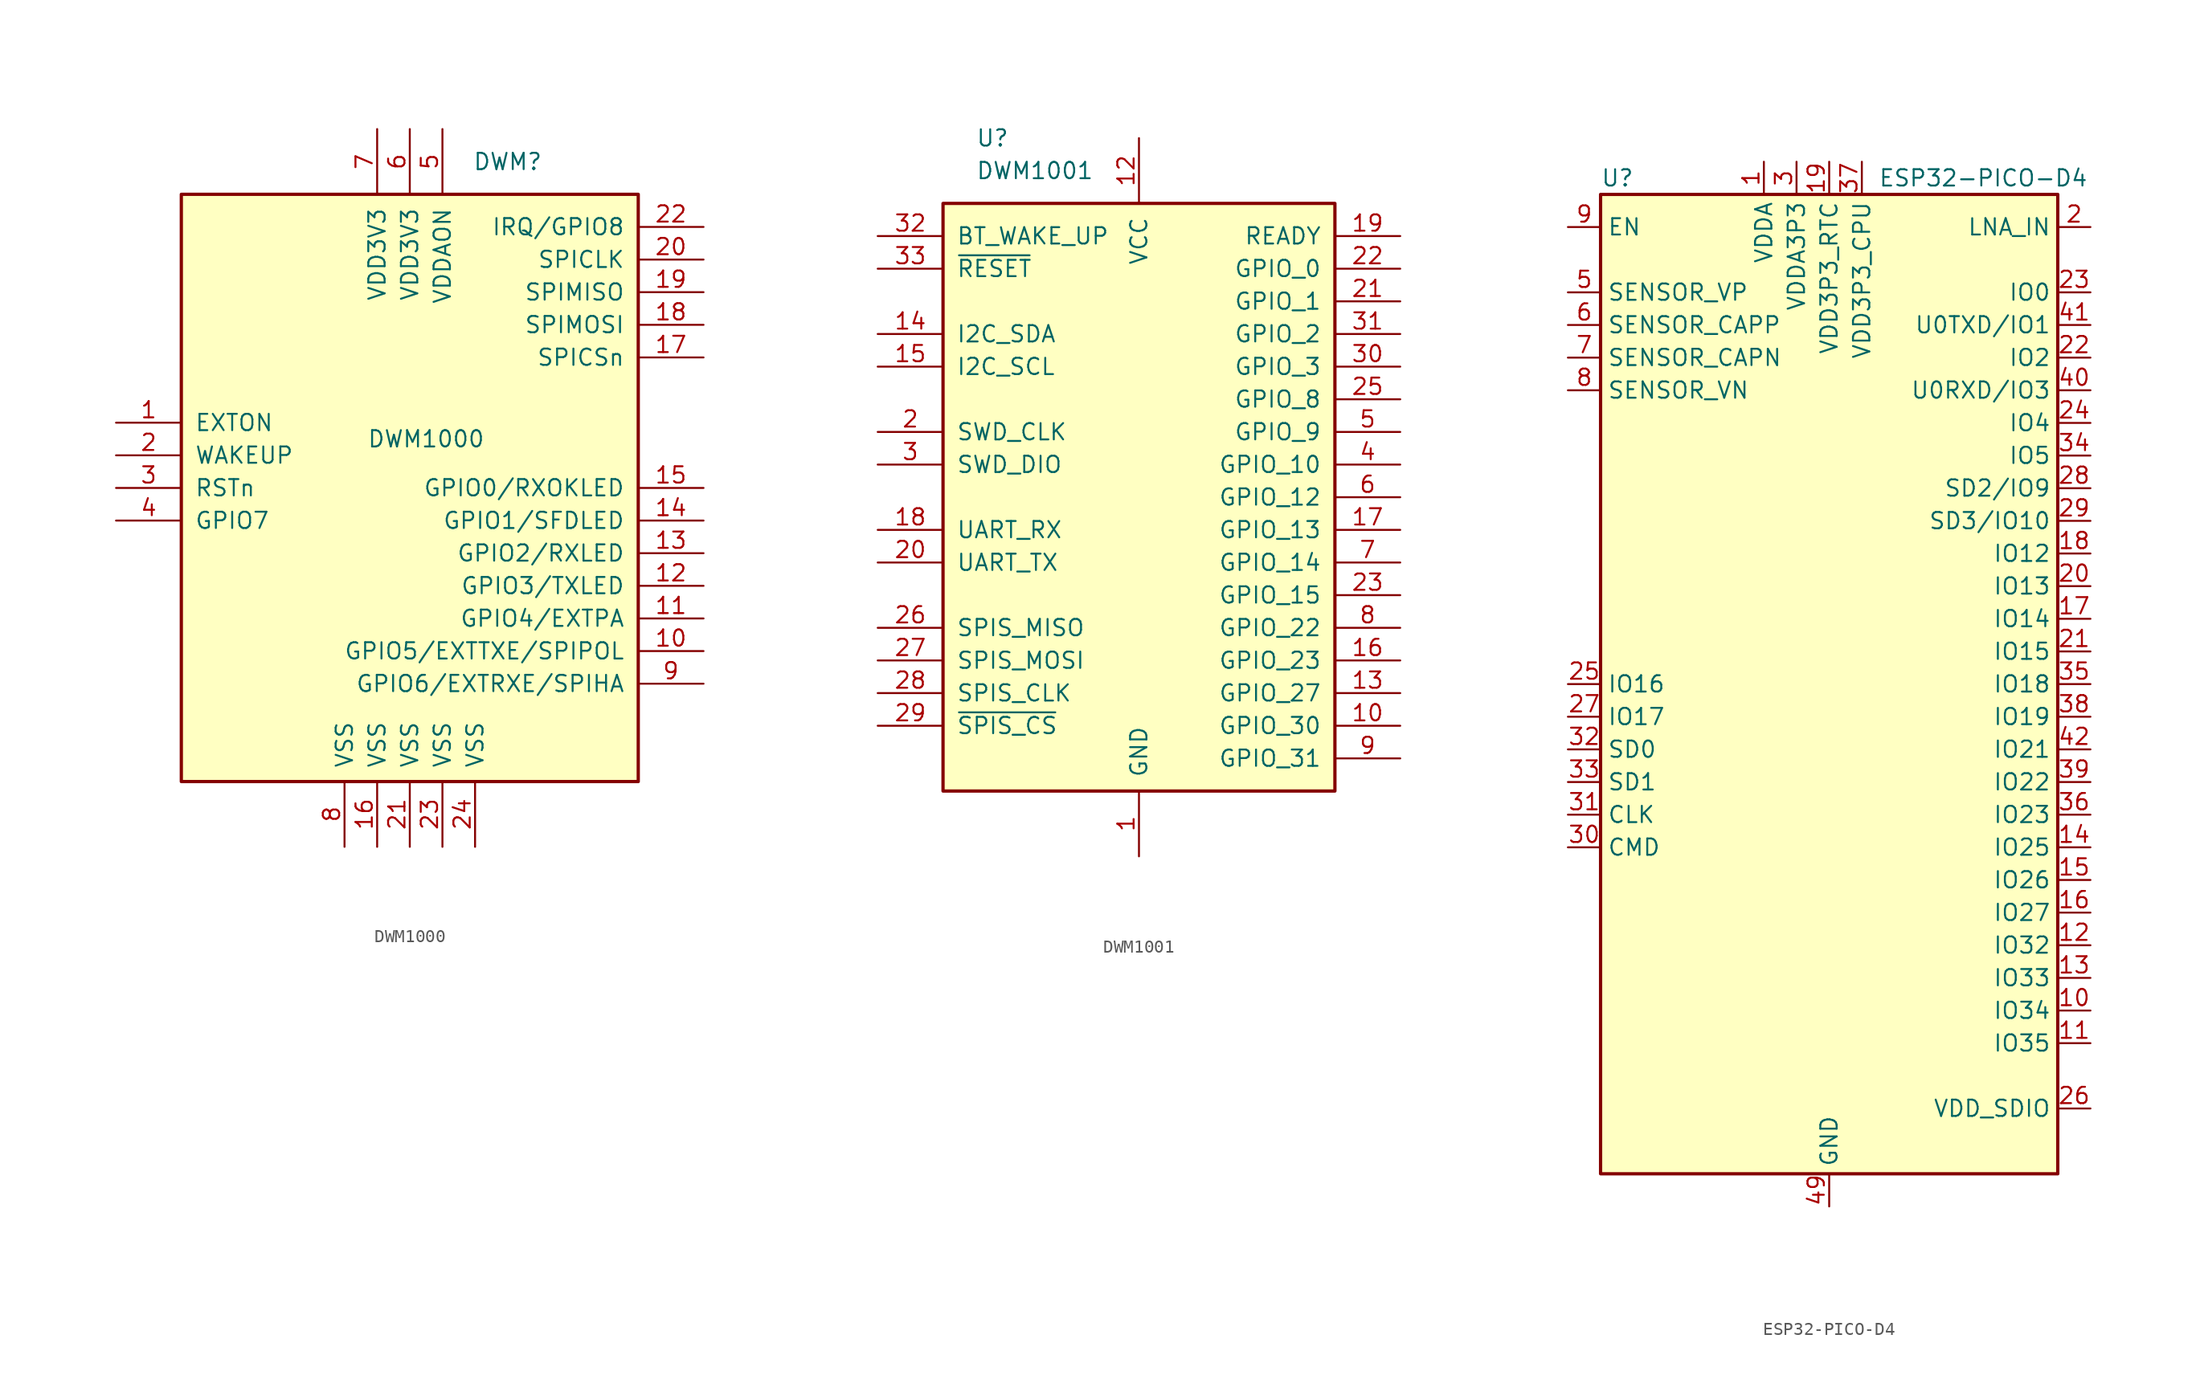
<source format=kicad_sym>
(kicad_symbol_lib
  (version 20201005)
  (generator kicad_symbol_editor)
  (symbol "DWM1000"
    (pin_names
      (offset 1.016))
    (property "Reference" "DWM"
      (at 7.62 25.4 0)
      (effects (font (size 1.27 1.27))))
    (property "Value" "DWM1000"
      (at 1.27 3.81 0)
      (effects (font (size 1.27 1.27))))
    (symbol "DWM1000_0_1"
      (rectangle (start 17.78 22.86) (end -17.78 -22.86) (stroke (width 0.254)) (fill (type background))))
    (symbol "DWM1000_1_1"
      (pin output line (at -22.86 5.08 0) (length 5.08) (name "EXTON" (effects (font (size 1.27 1.27)))) (number "1" (effects (font (size 1.27 1.27)))))
      (pin bidirectional line (at 22.86 -12.7 180) (length 5.08) (name "GPIO5/EXTTXE/SPIPOL" (effects (font (size 1.27 1.27)))) (number "10" (effects (font (size 1.27 1.27)))))
      (pin bidirectional line (at 22.86 -10.16 180) (length 5.08) (name "GPIO4/EXTPA" (effects (font (size 1.27 1.27)))) (number "11" (effects (font (size 1.27 1.27)))))
      (pin bidirectional line (at 22.86 -7.62 180) (length 5.08) (name "GPIO3/TXLED" (effects (font (size 1.27 1.27)))) (number "12" (effects (font (size 1.27 1.27)))))
      (pin bidirectional line (at 22.86 -5.08 180) (length 5.08) (name "GPIO2/RXLED" (effects (font (size 1.27 1.27)))) (number "13" (effects (font (size 1.27 1.27)))))
      (pin bidirectional line (at 22.86 -2.54 180) (length 5.08) (name "GPIO1/SFDLED" (effects (font (size 1.27 1.27)))) (number "14" (effects (font (size 1.27 1.27)))))
      (pin bidirectional line (at 22.86 0 180) (length 5.08) (name "GPIO0/RXOKLED" (effects (font (size 1.27 1.27)))) (number "15" (effects (font (size 1.27 1.27)))))
      (pin power_in line (at -2.54 -27.94 90) (length 5.08) (name "VSS" (effects (font (size 1.27 1.27)))) (number "16" (effects (font (size 1.27 1.27)))))
      (pin input line (at 22.86 10.16 180) (length 5.08) (name "SPICSn" (effects (font (size 1.27 1.27)))) (number "17" (effects (font (size 1.27 1.27)))))
      (pin input line (at 22.86 12.7 180) (length 5.08) (name "SPIMOSI" (effects (font (size 1.27 1.27)))) (number "18" (effects (font (size 1.27 1.27)))))
      (pin output line (at 22.86 15.24 180) (length 5.08) (name "SPIMISO" (effects (font (size 1.27 1.27)))) (number "19" (effects (font (size 1.27 1.27)))))
      (pin bidirectional line (at -22.86 2.54 0) (length 5.08) (name "WAKEUP" (effects (font (size 1.27 1.27)))) (number "2" (effects (font (size 1.27 1.27)))))
      (pin input line (at 22.86 17.78 180) (length 5.08) (name "SPICLK" (effects (font (size 1.27 1.27)))) (number "20" (effects (font (size 1.27 1.27)))))
      (pin power_in line (at 0 -27.94 90) (length 5.08) (name "VSS" (effects (font (size 1.27 1.27)))) (number "21" (effects (font (size 1.27 1.27)))))
      (pin bidirectional line (at 22.86 20.32 180) (length 5.08) (name "IRQ/GPIO8" (effects (font (size 1.27 1.27)))) (number "22" (effects (font (size 1.27 1.27)))))
      (pin power_in line (at 2.54 -27.94 90) (length 5.08) (name "VSS" (effects (font (size 1.27 1.27)))) (number "23" (effects (font (size 1.27 1.27)))))
      (pin power_in line (at 5.08 -27.94 90) (length 5.08) (name "VSS" (effects (font (size 1.27 1.27)))) (number "24" (effects (font (size 1.27 1.27)))))
      (pin bidirectional line (at -22.86 0 0) (length 5.08) (name "RSTn" (effects (font (size 1.27 1.27)))) (number "3" (effects (font (size 1.27 1.27)))))
      (pin bidirectional line (at -22.86 -2.54 0) (length 5.08) (name "GPIO7" (effects (font (size 1.27 1.27)))) (number "4" (effects (font (size 1.27 1.27)))))
      (pin power_in line (at 2.54 27.94 270) (length 5.08) (name "VDDAON" (effects (font (size 1.27 1.27)))) (number "5" (effects (font (size 1.27 1.27)))))
      (pin power_in line (at 0 27.94 270) (length 5.08) (name "VDD3V3" (effects (font (size 1.27 1.27)))) (number "6" (effects (font (size 1.27 1.27)))))
      (pin power_in line (at -2.54 27.94 270) (length 5.08) (name "VDD3V3" (effects (font (size 1.27 1.27)))) (number "7" (effects (font (size 1.27 1.27)))))
      (pin power_in line (at -5.08 -27.94 90) (length 5.08) (name "VSS" (effects (font (size 1.27 1.27)))) (number "8" (effects (font (size 1.27 1.27)))))
      (pin bidirectional line (at 22.86 -15.24 180) (length 5.08) (name "GPIO6/EXTRXE/SPIHA" (effects (font (size 1.27 1.27)))) (number "9" (effects (font (size 1.27 1.27)))))))
  (symbol "DWM1001"
    (pin_names
      (offset 1.016))
    (property "Reference" "U"
      (at -12.7 27.94 0)
      (effects (font (size 1.27 1.27)) (justify left)))
    (property "Value" "DWM1001"
      (at -12.7 25.4 0)
      (effects (font (size 1.27 1.27)) (justify left)))
    (symbol "DWM1001_0_1"
      (rectangle (start 15.24 22.86) (end -15.24 -22.86) (stroke (width 0.254)) (fill (type background))))
    (symbol "DWM1001_1_1"
      (pin power_in line (at 0 -27.94 90) (length 5.08) (name "GND" (effects (font (size 1.27 1.27)))) (number "1" (effects (font (size 1.27 1.27)))))
      (pin bidirectional line (at 20.32 -17.78 180) (length 5.08) (name "GPIO_30" (effects (font (size 1.27 1.27)))) (number "10" (effects (font (size 1.27 1.27)))))
      (pin passive line (at 0 -27.94 90) (length 5.08) hide (name "GND" (effects (font (size 1.27 1.27)))) (number "11" (effects (font (size 1.27 1.27)))))
      (pin power_in line (at 0 27.94 270) (length 5.08) (name "VCC" (effects (font (size 1.27 1.27)))) (number "12" (effects (font (size 1.27 1.27)))))
      (pin bidirectional line (at 20.32 -15.24 180) (length 5.08) (name "GPIO_27" (effects (font (size 1.27 1.27)))) (number "13" (effects (font (size 1.27 1.27)))))
      (pin bidirectional line (at -20.32 12.7 0) (length 5.08) (name "I2C_SDA" (effects (font (size 1.27 1.27)))) (number "14" (effects (font (size 1.27 1.27)))))
      (pin output line (at -20.32 10.16 0) (length 5.08) (name "I2C_SCL" (effects (font (size 1.27 1.27)))) (number "15" (effects (font (size 1.27 1.27)))))
      (pin bidirectional line (at 20.32 -12.7 180) (length 5.08) (name "GPIO_23" (effects (font (size 1.27 1.27)))) (number "16" (effects (font (size 1.27 1.27)))))
      (pin bidirectional line (at 20.32 -2.54 180) (length 5.08) (name "GPIO_13" (effects (font (size 1.27 1.27)))) (number "17" (effects (font (size 1.27 1.27)))))
      (pin input line (at -20.32 -2.54 0) (length 5.08) (name "UART_RX" (effects (font (size 1.27 1.27)))) (number "18" (effects (font (size 1.27 1.27)))))
      (pin output line (at 20.32 20.32 180) (length 5.08) (name "READY" (effects (font (size 1.27 1.27)))) (number "19" (effects (font (size 1.27 1.27)))))
      (pin input line (at -20.32 5.08 0) (length 5.08) (name "SWD_CLK" (effects (font (size 1.27 1.27)))) (number "2" (effects (font (size 1.27 1.27)))))
      (pin output line (at -20.32 -5.08 0) (length 5.08) (name "UART_TX" (effects (font (size 1.27 1.27)))) (number "20" (effects (font (size 1.27 1.27)))))
      (pin bidirectional line (at 20.32 15.24 180) (length 5.08) (name "GPIO_1" (effects (font (size 1.27 1.27)))) (number "21" (effects (font (size 1.27 1.27)))))
      (pin bidirectional line (at 20.32 17.78 180) (length 5.08) (name "GPIO_0" (effects (font (size 1.27 1.27)))) (number "22" (effects (font (size 1.27 1.27)))))
      (pin bidirectional line (at 20.32 -7.62 180) (length 5.08) (name "GPIO_15" (effects (font (size 1.27 1.27)))) (number "23" (effects (font (size 1.27 1.27)))))
      (pin passive line (at 0 -27.94 90) (length 5.08) hide (name "GND" (effects (font (size 1.27 1.27)))) (number "24" (effects (font (size 1.27 1.27)))))
      (pin bidirectional line (at 20.32 7.62 180) (length 5.08) (name "GPIO_8" (effects (font (size 1.27 1.27)))) (number "25" (effects (font (size 1.27 1.27)))))
      (pin output line (at -20.32 -10.16 0) (length 5.08) (name "SPIS_MISO" (effects (font (size 1.27 1.27)))) (number "26" (effects (font (size 1.27 1.27)))))
      (pin tri_state line (at -20.32 -12.7 0) (length 5.08) (name "SPIS_MOSI" (effects (font (size 1.27 1.27)))) (number "27" (effects (font (size 1.27 1.27)))))
      (pin input line (at -20.32 -15.24 0) (length 5.08) (name "SPIS_CLK" (effects (font (size 1.27 1.27)))) (number "28" (effects (font (size 1.27 1.27)))))
      (pin input line (at -20.32 -17.78 0) (length 5.08) (name "~SPIS_CS" (effects (font (size 1.27 1.27)))) (number "29" (effects (font (size 1.27 1.27)))))
      (pin bidirectional line (at -20.32 2.54 0) (length 5.08) (name "SWD_DIO" (effects (font (size 1.27 1.27)))) (number "3" (effects (font (size 1.27 1.27)))))
      (pin bidirectional line (at 20.32 10.16 180) (length 5.08) (name "GPIO_3" (effects (font (size 1.27 1.27)))) (number "30" (effects (font (size 1.27 1.27)))))
      (pin bidirectional line (at 20.32 12.7 180) (length 5.08) (name "GPIO_2" (effects (font (size 1.27 1.27)))) (number "31" (effects (font (size 1.27 1.27)))))
      (pin input line (at -20.32 20.32 0) (length 5.08) (name "BT_WAKE_UP" (effects (font (size 1.27 1.27)))) (number "32" (effects (font (size 1.27 1.27)))))
      (pin input line (at -20.32 17.78 0) (length 5.08) (name "~RESET" (effects (font (size 1.27 1.27)))) (number "33" (effects (font (size 1.27 1.27)))))
      (pin passive line (at 0 -27.94 90) (length 5.08) hide (name "GND" (effects (font (size 1.27 1.27)))) (number "34" (effects (font (size 1.27 1.27)))))
      (pin bidirectional line (at 20.32 2.54 180) (length 5.08) (name "GPIO_10" (effects (font (size 1.27 1.27)))) (number "4" (effects (font (size 1.27 1.27)))))
      (pin bidirectional line (at 20.32 5.08 180) (length 5.08) (name "GPIO_9" (effects (font (size 1.27 1.27)))) (number "5" (effects (font (size 1.27 1.27)))))
      (pin bidirectional line (at 20.32 0 180) (length 5.08) (name "GPIO_12" (effects (font (size 1.27 1.27)))) (number "6" (effects (font (size 1.27 1.27)))))
      (pin bidirectional line (at 20.32 -5.08 180) (length 5.08) (name "GPIO_14" (effects (font (size 1.27 1.27)))) (number "7" (effects (font (size 1.27 1.27)))))
      (pin bidirectional line (at 20.32 -10.16 180) (length 5.08) (name "GPIO_22" (effects (font (size 1.27 1.27)))) (number "8" (effects (font (size 1.27 1.27)))))
      (pin bidirectional line (at 20.32 -20.32 180) (length 5.08) (name "GPIO_31" (effects (font (size 1.27 1.27)))) (number "9" (effects (font (size 1.27 1.27)))))))
  (symbol "ESP32-PICO-D4"
    (property "Reference" "U"
      (at -17.78 39.37 0)
      (effects (font (size 1.27 1.27)) (justify left)))
    (property "Value" "ESP32-PICO-D4"
      (at 3.81 39.37 0)
      (effects (font (size 1.27 1.27)) (justify left)))
    (symbol "ESP32-PICO-D4_0_0"
      (pin power_in line (at -5.08 40.64 270) (length 2.54) (name "VDDA" (effects (font (size 1.27 1.27)))) (number "1" (effects (font (size 1.27 1.27)))))
      (pin input line (at 20.32 -25.4 180) (length 2.54) (name "IO34" (effects (font (size 1.27 1.27)))) (number "10" (effects (font (size 1.27 1.27)))))
      (pin input line (at 20.32 -27.94 180) (length 2.54) (name "IO35" (effects (font (size 1.27 1.27)))) (number "11" (effects (font (size 1.27 1.27)))))
      (pin bidirectional line (at 20.32 -20.32 180) (length 2.54) (name "IO32" (effects (font (size 1.27 1.27)))) (number "12" (effects (font (size 1.27 1.27)))))
      (pin bidirectional line (at 20.32 -22.86 180) (length 2.54) (name "IO33" (effects (font (size 1.27 1.27)))) (number "13" (effects (font (size 1.27 1.27)))))
      (pin bidirectional line (at 20.32 -12.7 180) (length 2.54) (name "IO25" (effects (font (size 1.27 1.27)))) (number "14" (effects (font (size 1.27 1.27)))))
      (pin bidirectional line (at 20.32 -15.24 180) (length 2.54) (name "IO26" (effects (font (size 1.27 1.27)))) (number "15" (effects (font (size 1.27 1.27)))))
      (pin bidirectional line (at 20.32 -17.78 180) (length 2.54) (name "IO27" (effects (font (size 1.27 1.27)))) (number "16" (effects (font (size 1.27 1.27)))))
      (pin bidirectional line (at 20.32 5.08 180) (length 2.54) (name "IO14" (effects (font (size 1.27 1.27)))) (number "17" (effects (font (size 1.27 1.27)))))
      (pin bidirectional line (at 20.32 10.16 180) (length 2.54) (name "IO12" (effects (font (size 1.27 1.27)))) (number "18" (effects (font (size 1.27 1.27)))))
      (pin power_in line (at 0 40.64 270) (length 2.54) (name "VDD3P3_RTC" (effects (font (size 1.27 1.27)))) (number "19" (effects (font (size 1.27 1.27)))))
      (pin bidirectional line (at 20.32 35.56 180) (length 2.54) (name "LNA_IN" (effects (font (size 1.27 1.27)))) (number "2" (effects (font (size 1.27 1.27)))))
      (pin bidirectional line (at 20.32 7.62 180) (length 2.54) (name "IO13" (effects (font (size 1.27 1.27)))) (number "20" (effects (font (size 1.27 1.27)))))
      (pin bidirectional line (at 20.32 2.54 180) (length 2.54) (name "IO15" (effects (font (size 1.27 1.27)))) (number "21" (effects (font (size 1.27 1.27)))))
      (pin bidirectional line (at 20.32 25.4 180) (length 2.54) (name "IO2" (effects (font (size 1.27 1.27)))) (number "22" (effects (font (size 1.27 1.27)))))
      (pin bidirectional line (at 20.32 30.48 180) (length 2.54) (name "IO0" (effects (font (size 1.27 1.27)))) (number "23" (effects (font (size 1.27 1.27)))))
      (pin bidirectional line (at 20.32 20.32 180) (length 2.54) (name "IO4" (effects (font (size 1.27 1.27)))) (number "24" (effects (font (size 1.27 1.27)))))
      (pin bidirectional line (at -20.32 0 0) (length 2.54) (name "IO16" (effects (font (size 1.27 1.27)))) (number "25" (effects (font (size 1.27 1.27)))))
      (pin power_out line (at 20.32 -33.02 180) (length 2.54) (name "VDD_SDIO" (effects (font (size 1.27 1.27)))) (number "26" (effects (font (size 1.27 1.27)))))
      (pin bidirectional line (at -20.32 -2.54 0) (length 2.54) (name "IO17" (effects (font (size 1.27 1.27)))) (number "27" (effects (font (size 1.27 1.27)))))
      (pin bidirectional line (at 20.32 15.24 180) (length 2.54) (name "SD2/IO9" (effects (font (size 1.27 1.27)))) (number "28" (effects (font (size 1.27 1.27)))))
      (pin bidirectional line (at 20.32 12.7 180) (length 2.54) (name "SD3/IO10" (effects (font (size 1.27 1.27)))) (number "29" (effects (font (size 1.27 1.27)))))
      (pin power_in line (at -2.54 40.64 270) (length 2.54) (name "VDDA3P3" (effects (font (size 1.27 1.27)))) (number "3" (effects (font (size 1.27 1.27)))))
      (pin bidirectional line (at -20.32 -12.7 0) (length 2.54) (name "CMD" (effects (font (size 1.27 1.27)))) (number "30" (effects (font (size 1.27 1.27)))))
      (pin bidirectional line (at -20.32 -10.16 0) (length 2.54) (name "CLK" (effects (font (size 1.27 1.27)))) (number "31" (effects (font (size 1.27 1.27)))))
      (pin bidirectional line (at -20.32 -5.08 0) (length 2.54) (name "SD0" (effects (font (size 1.27 1.27)))) (number "32" (effects (font (size 1.27 1.27)))))
      (pin bidirectional line (at -20.32 -7.62 0) (length 2.54) (name "SD1" (effects (font (size 1.27 1.27)))) (number "33" (effects (font (size 1.27 1.27)))))
      (pin bidirectional line (at 20.32 17.78 180) (length 2.54) (name "IO5" (effects (font (size 1.27 1.27)))) (number "34" (effects (font (size 1.27 1.27)))))
      (pin bidirectional line (at 20.32 0 180) (length 2.54) (name "IO18" (effects (font (size 1.27 1.27)))) (number "35" (effects (font (size 1.27 1.27)))))
      (pin bidirectional line (at 20.32 -10.16 180) (length 2.54) (name "IO23" (effects (font (size 1.27 1.27)))) (number "36" (effects (font (size 1.27 1.27)))))
      (pin power_in line (at 2.54 40.64 270) (length 2.54) (name "VDD3P3_CPU" (effects (font (size 1.27 1.27)))) (number "37" (effects (font (size 1.27 1.27)))))
      (pin bidirectional line (at 20.32 -2.54 180) (length 2.54) (name "IO19" (effects (font (size 1.27 1.27)))) (number "38" (effects (font (size 1.27 1.27)))))
      (pin bidirectional line (at 20.32 -7.62 180) (length 2.54) (name "IO22" (effects (font (size 1.27 1.27)))) (number "39" (effects (font (size 1.27 1.27)))))
      (pin passive line (at -2.54 40.64 270) (length 2.54) hide (name "VDDA3P3" (effects (font (size 1.27 1.27)))) (number "4" (effects (font (size 1.27 1.27)))))
      (pin bidirectional line (at 20.32 22.86 180) (length 2.54) (name "U0RXD/IO3" (effects (font (size 1.27 1.27)))) (number "40" (effects (font (size 1.27 1.27)))))
      (pin bidirectional line (at 20.32 27.94 180) (length 2.54) (name "U0TXD/IO1" (effects (font (size 1.27 1.27)))) (number "41" (effects (font (size 1.27 1.27)))))
      (pin bidirectional line (at 20.32 -5.08 180) (length 2.54) (name "IO21" (effects (font (size 1.27 1.27)))) (number "42" (effects (font (size 1.27 1.27)))))
      (pin passive line (at -5.08 40.64 270) (length 2.54) hide (name "VDDA" (effects (font (size 1.27 1.27)))) (number "43" (effects (font (size 1.27 1.27)))))
      (pin no_connect line (at -17.78 -25.4 0) (length 2.54) hide (name "XTAL_N_NC" (effects (font (size 1.27 1.27)))) (number "44" (effects (font (size 1.27 1.27)))))
      (pin no_connect line (at -17.78 -27.94 0) (length 2.54) hide (name "XTAL_P_NC" (effects (font (size 1.27 1.27)))) (number "45" (effects (font (size 1.27 1.27)))))
      (pin passive line (at -5.08 40.64 270) (length 2.54) hide (name "VDDA" (effects (font (size 1.27 1.27)))) (number "46" (effects (font (size 1.27 1.27)))))
      (pin no_connect line (at -17.78 -30.48 0) (length 2.54) hide (name "CAP2_NC" (effects (font (size 1.27 1.27)))) (number "47" (effects (font (size 1.27 1.27)))))
      (pin no_connect line (at -17.78 -33.02 0) (length 2.54) hide (name "CAP1_NC" (effects (font (size 1.27 1.27)))) (number "48" (effects (font (size 1.27 1.27)))))
      (pin power_in line (at 0 -40.64 90) (length 2.54) (name "GND" (effects (font (size 1.27 1.27)))) (number "49" (effects (font (size 1.27 1.27)))))
      (pin input line (at -20.32 30.48 0) (length 2.54) (name "SENSOR_VP" (effects (font (size 1.27 1.27)))) (number "5" (effects (font (size 1.27 1.27)))))
      (pin input line (at -20.32 27.94 0) (length 2.54) (name "SENSOR_CAPP" (effects (font (size 1.27 1.27)))) (number "6" (effects (font (size 1.27 1.27)))))
      (pin input line (at -20.32 25.4 0) (length 2.54) (name "SENSOR_CAPN" (effects (font (size 1.27 1.27)))) (number "7" (effects (font (size 1.27 1.27)))))
      (pin input line (at -20.32 22.86 0) (length 2.54) (name "SENSOR_VN" (effects (font (size 1.27 1.27)))) (number "8" (effects (font (size 1.27 1.27)))))
      (pin input line (at -20.32 35.56 0) (length 2.54) (name "EN" (effects (font (size 1.27 1.27)))) (number "9" (effects (font (size 1.27 1.27))))))
    (symbol "ESP32-PICO-D4_0_1"
      (rectangle (start -17.78 38.1) (end 17.78 -38.1) (stroke (width 0.254)) (fill (type background))))))
</source>
